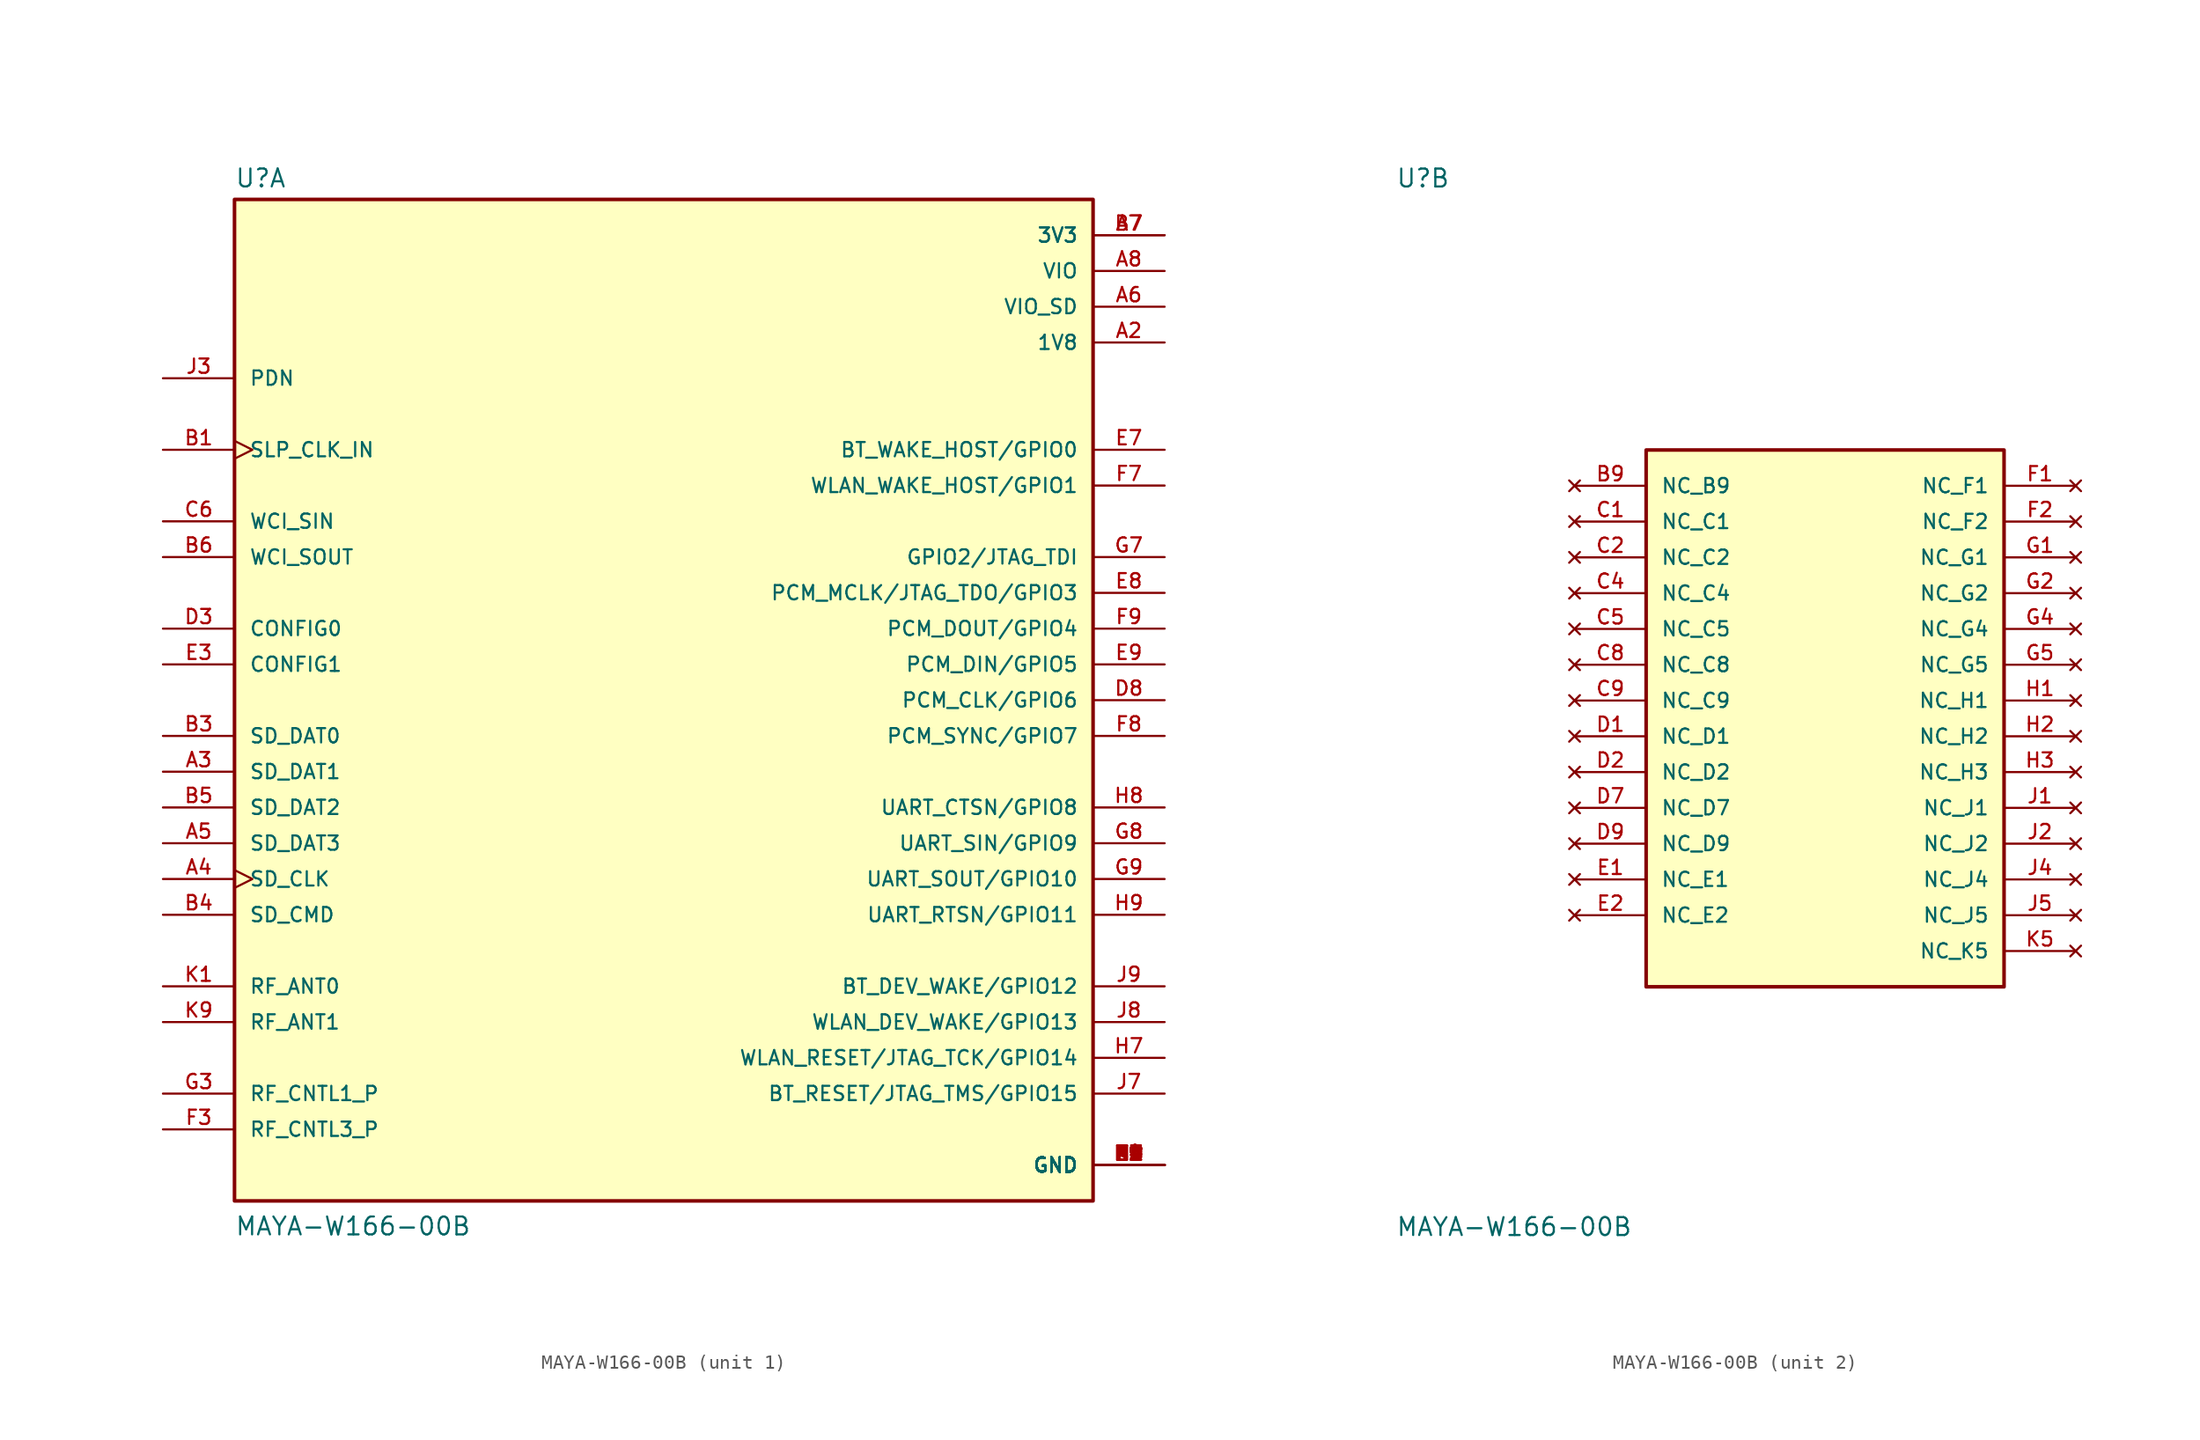
<source format=kicad_sym>
(kicad_symbol_lib
  (version 20211014)
  (generator kicad_symbol_editor)
  (symbol "MAYA-W166-00B"
    (pin_names
      (offset 1.016))
    (property "Reference" "U"
      (at -30.48 36.322 0)
      (effects (font (size 1.27 1.27)) (justify bottom left)))
    (property "Value" "MAYA-W166-00B"
      (at -30.48 -38.1 0)
      (effects (font (size 1.27 1.27)) (justify bottom left)))
    (symbol "MAYA-W166-00B_1_0"
      (rectangle (start -30.48 -35.56) (end 30.48 35.56) (stroke (width 0.254)) (fill (type background)))
      (pin power_in line (at 35.56 -33.02 180.0) (length 5.08) (name "GND" (effects (font (size 1.016 1.016)))) (number "A1" (effects (font (size 1.016 1.016)))))
      (pin power_in line (at 35.56 -33.02 180.0) (length 5.08) (name "GND" (effects (font (size 1.016 1.016)))) (number "A9" (effects (font (size 1.016 1.016)))))
      (pin power_in line (at 35.56 -33.02 180.0) (length 5.08) (name "GND" (effects (font (size 1.016 1.016)))) (number "B2" (effects (font (size 1.016 1.016)))))
      (pin power_in line (at 35.56 -33.02 180.0) (length 5.08) (name "GND" (effects (font (size 1.016 1.016)))) (number "B8" (effects (font (size 1.016 1.016)))))
      (pin power_in line (at 35.56 -33.02 180.0) (length 5.08) (name "GND" (effects (font (size 1.016 1.016)))) (number "E4" (effects (font (size 1.016 1.016)))))
      (pin power_in line (at 35.56 -33.02 180.0) (length 5.08) (name "GND" (effects (font (size 1.016 1.016)))) (number "E5" (effects (font (size 1.016 1.016)))))
      (pin power_in line (at 35.56 -33.02 180.0) (length 5.08) (name "GND" (effects (font (size 1.016 1.016)))) (number "F4" (effects (font (size 1.016 1.016)))))
      (pin power_in line (at 35.56 -33.02 180.0) (length 5.08) (name "GND" (effects (font (size 1.016 1.016)))) (number "F5" (effects (font (size 1.016 1.016)))))
      (pin power_in line (at 35.56 -33.02 180.0) (length 5.08) (name "GND" (effects (font (size 1.016 1.016)))) (number "H4" (effects (font (size 1.016 1.016)))))
      (pin power_in line (at 35.56 -33.02 180.0) (length 5.08) (name "GND" (effects (font (size 1.016 1.016)))) (number "H5" (effects (font (size 1.016 1.016)))))
      (pin power_in line (at 35.56 -33.02 180.0) (length 5.08) (name "GND" (effects (font (size 1.016 1.016)))) (number "K2" (effects (font (size 1.016 1.016)))))
      (pin power_in line (at 35.56 -33.02 180.0) (length 5.08) (name "GND" (effects (font (size 1.016 1.016)))) (number "K3" (effects (font (size 1.016 1.016)))))
      (pin power_in line (at 35.56 -33.02 180.0) (length 5.08) (name "GND" (effects (font (size 1.016 1.016)))) (number "K4" (effects (font (size 1.016 1.016)))))
      (pin power_in line (at 35.56 -33.02 180.0) (length 5.08) (name "GND" (effects (font (size 1.016 1.016)))) (number "K6" (effects (font (size 1.016 1.016)))))
      (pin power_in line (at 35.56 -33.02 180.0) (length 5.08) (name "GND" (effects (font (size 1.016 1.016)))) (number "K7" (effects (font (size 1.016 1.016)))))
      (pin power_in line (at 35.56 -33.02 180.0) (length 5.08) (name "GND" (effects (font (size 1.016 1.016)))) (number "K8" (effects (font (size 1.016 1.016)))))
      (pin power_in line (at 35.56 -33.02 180.0) (length 5.08) (name "GND" (effects (font (size 1.016 1.016)))) (number "L1" (effects (font (size 1.016 1.016)))))
      (pin power_in line (at 35.56 -33.02 180.0) (length 5.08) (name "GND" (effects (font (size 1.016 1.016)))) (number "L9" (effects (font (size 1.016 1.016)))))
      (pin power_in line (at 35.56 -33.02 180.0) (length 5.08) (name "GND" (effects (font (size 1.016 1.016)))) (number "M1" (effects (font (size 1.016 1.016)))))
      (pin power_in line (at 35.56 -33.02 180.0) (length 5.08) (name "GND" (effects (font (size 1.016 1.016)))) (number "M2" (effects (font (size 1.016 1.016)))))
      (pin power_in line (at 35.56 -33.02 180.0) (length 5.08) (name "GND" (effects (font (size 1.016 1.016)))) (number "M8" (effects (font (size 1.016 1.016)))))
      (pin power_in line (at 35.56 -33.02 180.0) (length 5.08) (name "GND" (effects (font (size 1.016 1.016)))) (number "M9" (effects (font (size 1.016 1.016)))))
      (pin power_in line (at 35.56 25.4 180.0) (length 5.08) (name "1V8" (effects (font (size 1.016 1.016)))) (number "A2" (effects (font (size 1.016 1.016)))))
      (pin bidirectional line (at -35.56 -5.08 0) (length 5.08) (name "SD_DAT1" (effects (font (size 1.016 1.016)))) (number "A3" (effects (font (size 1.016 1.016)))))
      (pin input clock (at -35.56 -12.7 0) (length 5.08) (name "SD_CLK" (effects (font (size 1.016 1.016)))) (number "A4" (effects (font (size 1.016 1.016)))))
      (pin bidirectional line (at -35.56 -10.16 0) (length 5.08) (name "SD_DAT3" (effects (font (size 1.016 1.016)))) (number "A5" (effects (font (size 1.016 1.016)))))
      (pin power_in line (at 35.56 27.94 180.0) (length 5.08) (name "VIO_SD" (effects (font (size 1.016 1.016)))) (number "A6" (effects (font (size 1.016 1.016)))))
      (pin power_in line (at 35.56 33.02 180.0) (length 5.08) (name "3V3" (effects (font (size 1.016 1.016)))) (number "A7" (effects (font (size 1.016 1.016)))))
      (pin power_in line (at 35.56 33.02 180.0) (length 5.08) (name "3V3" (effects (font (size 1.016 1.016)))) (number "B7" (effects (font (size 1.016 1.016)))))
      (pin power_in line (at 35.56 30.48 180.0) (length 5.08) (name "VIO" (effects (font (size 1.016 1.016)))) (number "A8" (effects (font (size 1.016 1.016)))))
      (pin input clock (at -35.56 17.78 0) (length 5.08) (name "SLP_CLK_IN" (effects (font (size 1.016 1.016)))) (number "B1" (effects (font (size 1.016 1.016)))))
      (pin bidirectional line (at -35.56 -2.54 0) (length 5.08) (name "SD_DAT0" (effects (font (size 1.016 1.016)))) (number "B3" (effects (font (size 1.016 1.016)))))
      (pin bidirectional line (at -35.56 -15.24 0) (length 5.08) (name "SD_CMD" (effects (font (size 1.016 1.016)))) (number "B4" (effects (font (size 1.016 1.016)))))
      (pin bidirectional line (at -35.56 -7.62 0) (length 5.08) (name "SD_DAT2" (effects (font (size 1.016 1.016)))) (number "B5" (effects (font (size 1.016 1.016)))))
      (pin output line (at -35.56 10.16 0) (length 5.08) (name "WCI_SOUT" (effects (font (size 1.016 1.016)))) (number "B6" (effects (font (size 1.016 1.016)))))
      (pin input line (at -35.56 12.7 0) (length 5.08) (name "WCI_SIN" (effects (font (size 1.016 1.016)))) (number "C6" (effects (font (size 1.016 1.016)))))
      (pin bidirectional line (at 35.56 0.0 180.0) (length 5.08) (name "PCM_CLK/GPIO6" (effects (font (size 1.016 1.016)))) (number "D8" (effects (font (size 1.016 1.016)))))
      (pin bidirectional line (at -35.56 5.08 0) (length 5.08) (name "CONFIG0" (effects (font (size 1.016 1.016)))) (number "D3" (effects (font (size 1.016 1.016)))))
      (pin bidirectional line (at 35.56 17.78 180.0) (length 5.08) (name "BT_WAKE_HOST/GPIO0" (effects (font (size 1.016 1.016)))) (number "E7" (effects (font (size 1.016 1.016)))))
      (pin bidirectional line (at 35.56 7.62 180.0) (length 5.08) (name "PCM_MCLK/JTAG_TDO/GPIO3" (effects (font (size 1.016 1.016)))) (number "E8" (effects (font (size 1.016 1.016)))))
      (pin bidirectional line (at -35.56 2.54 0) (length 5.08) (name "CONFIG1" (effects (font (size 1.016 1.016)))) (number "E3" (effects (font (size 1.016 1.016)))))
      (pin bidirectional line (at 35.56 2.54 180.0) (length 5.08) (name "PCM_DIN/GPIO5" (effects (font (size 1.016 1.016)))) (number "E9" (effects (font (size 1.016 1.016)))))
      (pin bidirectional line (at -35.56 -30.48 0) (length 5.08) (name "RF_CNTL3_P" (effects (font (size 1.016 1.016)))) (number "F3" (effects (font (size 1.016 1.016)))))
      (pin bidirectional line (at 35.56 15.24 180.0) (length 5.08) (name "WLAN_WAKE_HOST/GPIO1" (effects (font (size 1.016 1.016)))) (number "F7" (effects (font (size 1.016 1.016)))))
      (pin bidirectional line (at 35.56 -2.54 180.0) (length 5.08) (name "PCM_SYNC/GPIO7" (effects (font (size 1.016 1.016)))) (number "F8" (effects (font (size 1.016 1.016)))))
      (pin bidirectional line (at 35.56 5.08 180.0) (length 5.08) (name "PCM_DOUT/GPIO4" (effects (font (size 1.016 1.016)))) (number "F9" (effects (font (size 1.016 1.016)))))
      (pin bidirectional line (at -35.56 -27.94 0) (length 5.08) (name "RF_CNTL1_P" (effects (font (size 1.016 1.016)))) (number "G3" (effects (font (size 1.016 1.016)))))
      (pin bidirectional line (at 35.56 -10.16 180.0) (length 5.08) (name "UART_SIN/GPIO9" (effects (font (size 1.016 1.016)))) (number "G8" (effects (font (size 1.016 1.016)))))
      (pin bidirectional line (at 35.56 10.16 180.0) (length 5.08) (name "GPIO2/JTAG_TDI" (effects (font (size 1.016 1.016)))) (number "G7" (effects (font (size 1.016 1.016)))))
      (pin bidirectional line (at 35.56 -12.7 180.0) (length 5.08) (name "UART_SOUT/GPIO10" (effects (font (size 1.016 1.016)))) (number "G9" (effects (font (size 1.016 1.016)))))
      (pin bidirectional line (at 35.56 -25.4 180.0) (length 5.08) (name "WLAN_RESET/JTAG_TCK/GPIO14" (effects (font (size 1.016 1.016)))) (number "H7" (effects (font (size 1.016 1.016)))))
      (pin bidirectional line (at 35.56 -7.62 180.0) (length 5.08) (name "UART_CTSN/GPIO8" (effects (font (size 1.016 1.016)))) (number "H8" (effects (font (size 1.016 1.016)))))
      (pin bidirectional line (at 35.56 -15.24 180.0) (length 5.08) (name "UART_RTSN/GPIO11" (effects (font (size 1.016 1.016)))) (number "H9" (effects (font (size 1.016 1.016)))))
      (pin input line (at -35.56 22.86 0) (length 5.08) (name "PDN" (effects (font (size 1.016 1.016)))) (number "J3" (effects (font (size 1.016 1.016)))))
      (pin bidirectional line (at 35.56 -27.94 180.0) (length 5.08) (name "BT_RESET/JTAG_TMS/GPIO15" (effects (font (size 1.016 1.016)))) (number "J7" (effects (font (size 1.016 1.016)))))
      (pin bidirectional line (at 35.56 -22.86 180.0) (length 5.08) (name "WLAN_DEV_WAKE/GPIO13" (effects (font (size 1.016 1.016)))) (number "J8" (effects (font (size 1.016 1.016)))))
      (pin bidirectional line (at 35.56 -20.32 180.0) (length 5.08) (name "BT_DEV_WAKE/GPIO12" (effects (font (size 1.016 1.016)))) (number "J9" (effects (font (size 1.016 1.016)))))
      (pin bidirectional line (at -35.56 -20.32 0) (length 5.08) (name "RF_ANT0" (effects (font (size 1.016 1.016)))) (number "K1" (effects (font (size 1.016 1.016)))))
      (pin bidirectional line (at -35.56 -22.86 0) (length 5.08) (name "RF_ANT1" (effects (font (size 1.016 1.016)))) (number "K9" (effects (font (size 1.016 1.016))))))
    (symbol "MAYA-W166-00B_2_0"
      (rectangle (start -12.7 -20.32) (end 12.7 17.78) (stroke (width 0.254)) (fill (type background)))
      (pin no_connect line (at -17.78 15.24 0) (length 5.08) (name "NC_B9" (effects (font (size 1.016 1.016)))) (number "B9" (effects (font (size 1.016 1.016)))))
      (pin no_connect line (at -17.78 12.7 0) (length 5.08) (name "NC_C1" (effects (font (size 1.016 1.016)))) (number "C1" (effects (font (size 1.016 1.016)))))
      (pin no_connect line (at -17.78 10.16 0) (length 5.08) (name "NC_C2" (effects (font (size 1.016 1.016)))) (number "C2" (effects (font (size 1.016 1.016)))))
      (pin no_connect line (at -17.78 7.62 0) (length 5.08) (name "NC_C4" (effects (font (size 1.016 1.016)))) (number "C4" (effects (font (size 1.016 1.016)))))
      (pin no_connect line (at -17.78 5.08 0) (length 5.08) (name "NC_C5" (effects (font (size 1.016 1.016)))) (number "C5" (effects (font (size 1.016 1.016)))))
      (pin no_connect line (at -17.78 2.54 0) (length 5.08) (name "NC_C8" (effects (font (size 1.016 1.016)))) (number "C8" (effects (font (size 1.016 1.016)))))
      (pin no_connect line (at -17.78 0.0 0) (length 5.08) (name "NC_C9" (effects (font (size 1.016 1.016)))) (number "C9" (effects (font (size 1.016 1.016)))))
      (pin no_connect line (at -17.78 -2.54 0) (length 5.08) (name "NC_D1" (effects (font (size 1.016 1.016)))) (number "D1" (effects (font (size 1.016 1.016)))))
      (pin no_connect line (at -17.78 -5.08 0) (length 5.08) (name "NC_D2" (effects (font (size 1.016 1.016)))) (number "D2" (effects (font (size 1.016 1.016)))))
      (pin no_connect line (at -17.78 -7.62 0) (length 5.08) (name "NC_D7" (effects (font (size 1.016 1.016)))) (number "D7" (effects (font (size 1.016 1.016)))))
      (pin no_connect line (at -17.78 -10.16 0) (length 5.08) (name "NC_D9" (effects (font (size 1.016 1.016)))) (number "D9" (effects (font (size 1.016 1.016)))))
      (pin no_connect line (at -17.78 -12.7 0) (length 5.08) (name "NC_E1" (effects (font (size 1.016 1.016)))) (number "E1" (effects (font (size 1.016 1.016)))))
      (pin no_connect line (at -17.78 -15.24 0) (length 5.08) (name "NC_E2" (effects (font (size 1.016 1.016)))) (number "E2" (effects (font (size 1.016 1.016)))))
      (pin no_connect line (at 17.78 15.24 180.0) (length 5.08) (name "NC_F1" (effects (font (size 1.016 1.016)))) (number "F1" (effects (font (size 1.016 1.016)))))
      (pin no_connect line (at 17.78 12.7 180.0) (length 5.08) (name "NC_F2" (effects (font (size 1.016 1.016)))) (number "F2" (effects (font (size 1.016 1.016)))))
      (pin no_connect line (at 17.78 10.16 180.0) (length 5.08) (name "NC_G1" (effects (font (size 1.016 1.016)))) (number "G1" (effects (font (size 1.016 1.016)))))
      (pin no_connect line (at 17.78 7.62 180.0) (length 5.08) (name "NC_G2" (effects (font (size 1.016 1.016)))) (number "G2" (effects (font (size 1.016 1.016)))))
      (pin no_connect line (at 17.78 5.08 180.0) (length 5.08) (name "NC_G4" (effects (font (size 1.016 1.016)))) (number "G4" (effects (font (size 1.016 1.016)))))
      (pin no_connect line (at 17.78 2.54 180.0) (length 5.08) (name "NC_G5" (effects (font (size 1.016 1.016)))) (number "G5" (effects (font (size 1.016 1.016)))))
      (pin no_connect line (at 17.78 0.0 180.0) (length 5.08) (name "NC_H1" (effects (font (size 1.016 1.016)))) (number "H1" (effects (font (size 1.016 1.016)))))
      (pin no_connect line (at 17.78 -2.54 180.0) (length 5.08) (name "NC_H2" (effects (font (size 1.016 1.016)))) (number "H2" (effects (font (size 1.016 1.016)))))
      (pin no_connect line (at 17.78 -5.08 180.0) (length 5.08) (name "NC_H3" (effects (font (size 1.016 1.016)))) (number "H3" (effects (font (size 1.016 1.016)))))
      (pin no_connect line (at 17.78 -7.62 180.0) (length 5.08) (name "NC_J1" (effects (font (size 1.016 1.016)))) (number "J1" (effects (font (size 1.016 1.016)))))
      (pin no_connect line (at 17.78 -10.16 180.0) (length 5.08) (name "NC_J2" (effects (font (size 1.016 1.016)))) (number "J2" (effects (font (size 1.016 1.016)))))
      (pin no_connect line (at 17.78 -12.7 180.0) (length 5.08) (name "NC_J4" (effects (font (size 1.016 1.016)))) (number "J4" (effects (font (size 1.016 1.016)))))
      (pin no_connect line (at 17.78 -15.24 180.0) (length 5.08) (name "NC_J5" (effects (font (size 1.016 1.016)))) (number "J5" (effects (font (size 1.016 1.016)))))
      (pin no_connect line (at 17.78 -17.78 180.0) (length 5.08) (name "NC_K5" (effects (font (size 1.016 1.016)))) (number "K5" (effects (font (size 1.016 1.016))))))))
</source>
